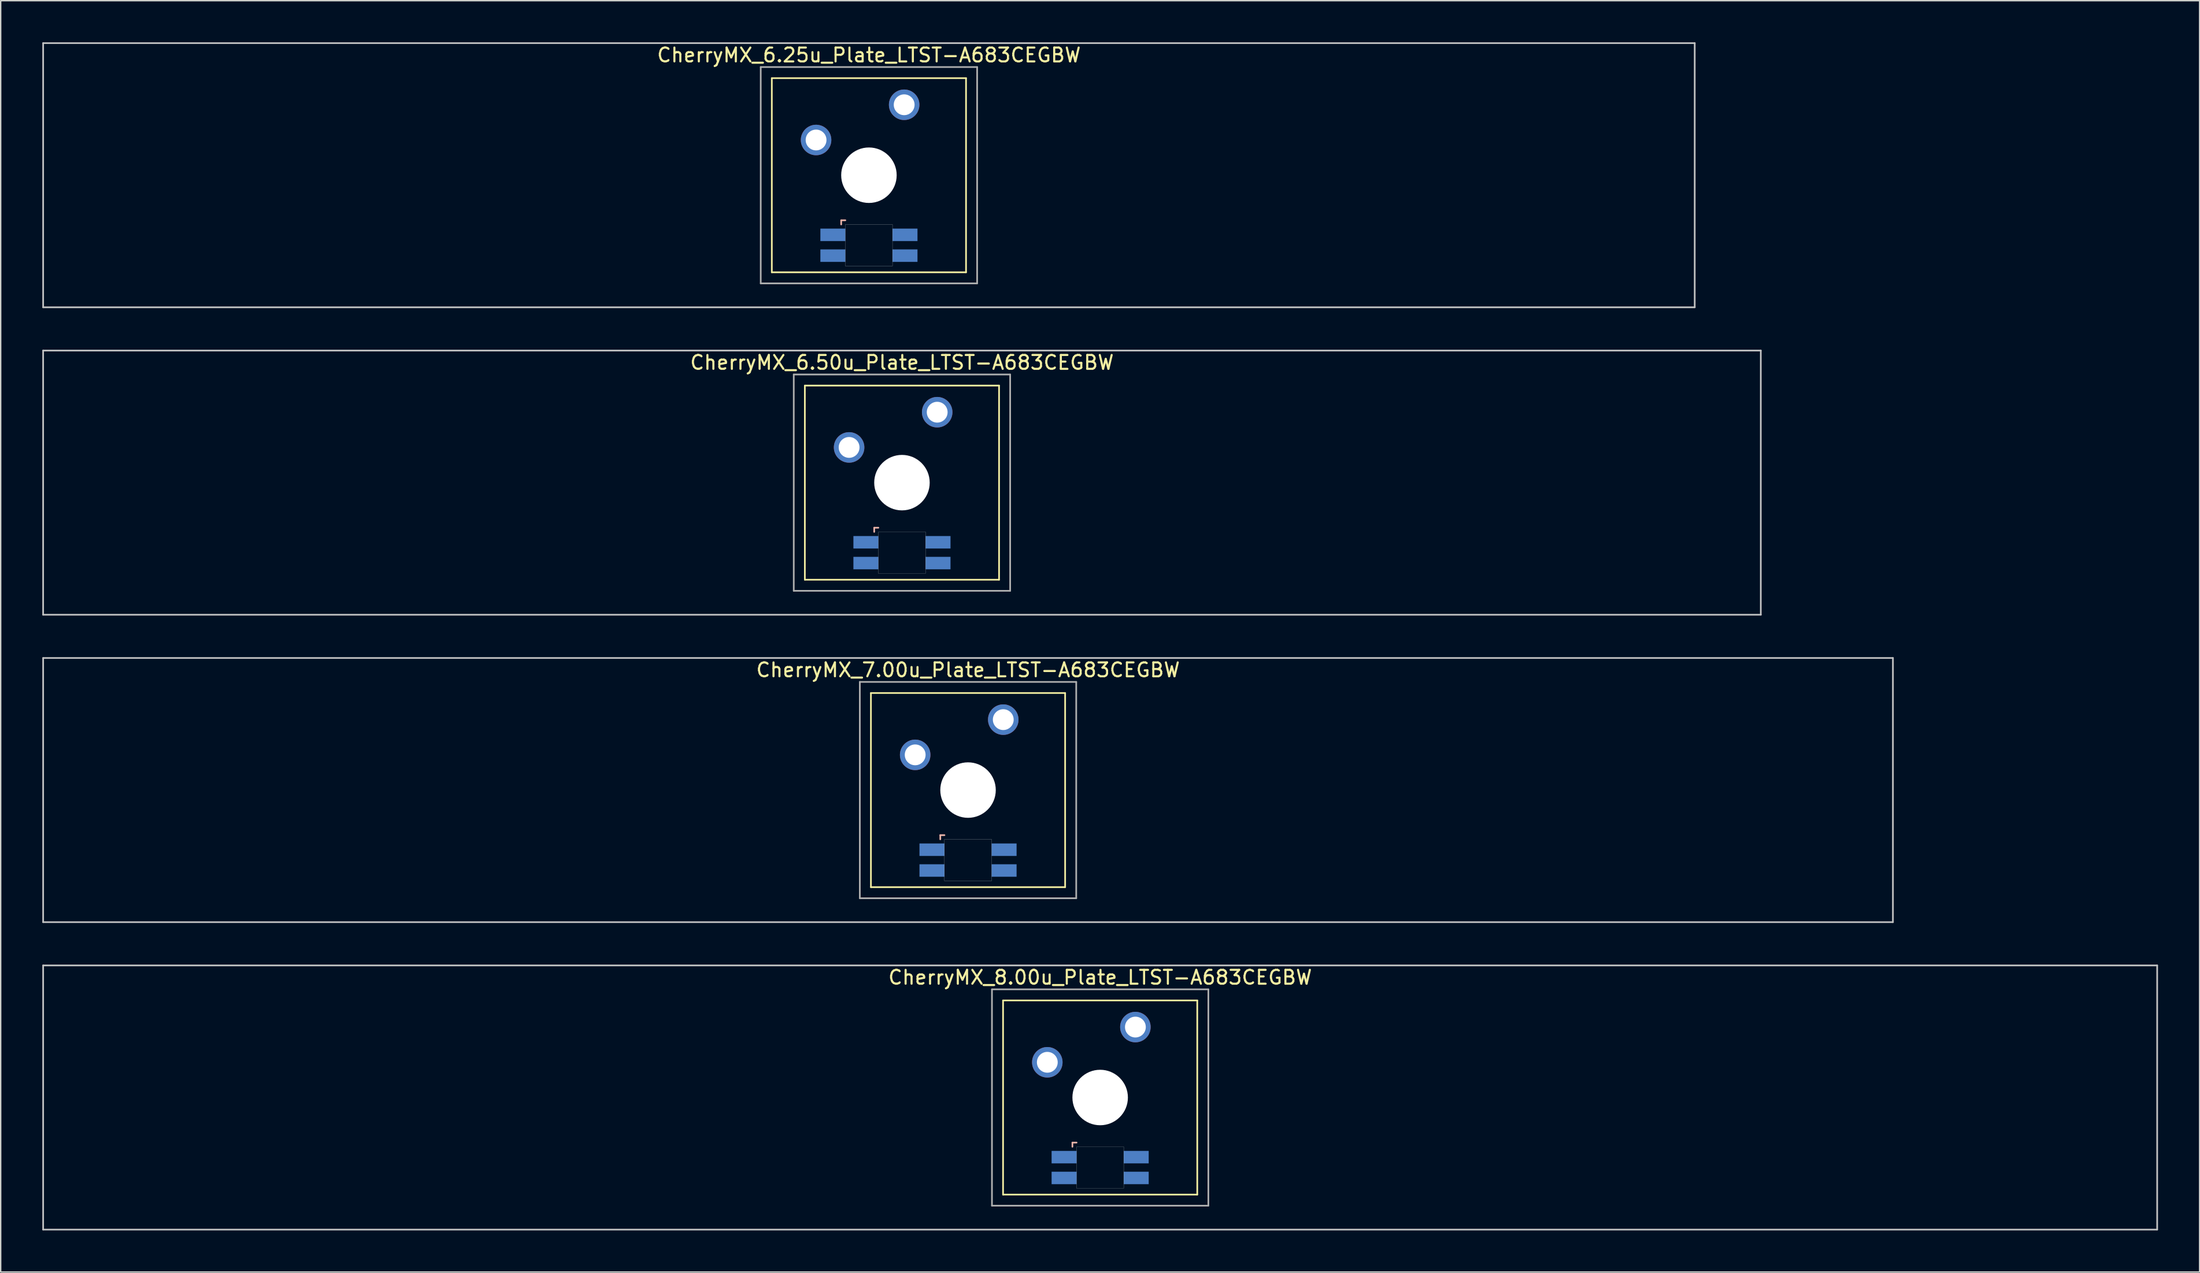
<source format=kicad_pcb>
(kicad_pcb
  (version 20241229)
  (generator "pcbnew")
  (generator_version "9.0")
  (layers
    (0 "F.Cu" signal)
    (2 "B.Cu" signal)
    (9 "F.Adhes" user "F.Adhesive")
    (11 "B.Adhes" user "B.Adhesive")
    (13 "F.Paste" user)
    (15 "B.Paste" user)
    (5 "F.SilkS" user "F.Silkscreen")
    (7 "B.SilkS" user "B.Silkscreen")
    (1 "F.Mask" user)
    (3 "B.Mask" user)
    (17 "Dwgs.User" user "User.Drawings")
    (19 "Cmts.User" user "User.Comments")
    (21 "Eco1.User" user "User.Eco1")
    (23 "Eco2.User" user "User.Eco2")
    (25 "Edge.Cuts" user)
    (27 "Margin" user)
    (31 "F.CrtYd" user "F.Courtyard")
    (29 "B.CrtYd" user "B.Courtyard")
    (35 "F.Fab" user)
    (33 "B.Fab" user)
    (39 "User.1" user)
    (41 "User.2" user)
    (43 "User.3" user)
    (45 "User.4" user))
  (footprint "CherryMX_7.00u_Plate_LTST-A683CEGBW"
    (layer "F.Cu")
    (at 66.735 53.925)
    (property "Reference" "CherryMX_7.00u_Plate_LTST-A683CEGBW" (at 0 -8.662 0) (layer "F.SilkS") (effects (font (size 1 1) (thickness 0.15))))
    (attr through_hole)
    (fp_line (start -7 -7) (end -7 7) (stroke (width 0.12) (type solid)) (layer "F.SilkS"))
    (fp_line (start -7 -7) (end 7 -7) (stroke (width 0.12) (type solid)) (layer "F.SilkS"))
    (fp_line (start 7 -7) (end 7 7) (stroke (width 0.12) (type solid)) (layer "F.SilkS"))
    (fp_line (start 7 7) (end -7 7) (stroke (width 0.12) (type solid)) (layer "F.SilkS"))
    (fp_line (start -2 3.25) (end -2 3.55) (stroke (width 0.12) (type solid)) (layer "B.SilkS"))
    (fp_line (start -1.7 3.25) (end -2 3.25) (stroke (width 0.12) (type solid)) (layer "B.SilkS"))
    (fp_line (start -66.675 -9.525) (end 66.675 -9.525) (stroke (width 0.12) (type solid)) (layer "Dwgs.User"))
    (fp_line (start -66.675 9.525) (end -66.675 -9.525) (stroke (width 0.12) (type solid)) (layer "Dwgs.User"))
    (fp_line (start 66.675 -9.525) (end 66.675 9.525) (stroke (width 0.12) (type solid)) (layer "Dwgs.User"))
    (fp_line (start 66.675 9.525) (end -66.675 9.525) (stroke (width 0.12) (type solid)) (layer "Dwgs.User"))
    (fp_poly (pts (xy 1.7 6.55) (xy -1.7 6.55) (xy -1.7 3.55) (xy 1.7 3.55)) (stroke (width 0.01) (type solid)) (fill no) (layer "Edge.Cuts"))
    (fp_line (start -7.8 -7.8) (end -7.8 7.8) (stroke (width 0.12) (type solid)) (layer "F.Fab"))
    (fp_line (start -7.8 -7.8) (end 7.8 -7.8) (stroke (width 0.12) (type solid)) (layer "F.Fab"))
    (fp_line (start -7.8 7.8) (end 7.8 7.8) (stroke (width 0.12) (type solid)) (layer "F.Fab"))
    (fp_line (start 7.8 -7.8) (end 7.8 7.8) (stroke (width 0.12) (type solid)) (layer "F.Fab"))
    (pad "" np_thru_hole circle (at 0 0) (size 4 4) (drill 4) (layers "*.Cu" "*.Mask"))
    (pad "1" thru_hole circle (at -3.81 -2.54) (size 2.2 2.2) (drill 1.5) (layers "*.Cu" "*.Mask"))
    (pad "2" thru_hole circle (at 2.54 -5.08) (size 2.2 2.2) (drill 1.5) (layers "*.Cu" "*.Mask"))
    (pad "3" smd rect (at -2.6 4.3) (size 1.8 0.9) (layers "B.Cu" "B.Mask" "B.Paste"))
    (pad "4" smd rect (at -2.6 5.8) (size 1.8 0.9) (layers "B.Cu" "B.Mask" "B.Paste"))
    (pad "5" smd rect (at 2.6 4.3) (size 1.8 0.9) (layers "B.Cu" "B.Mask" "B.Paste"))
    (pad "6" smd rect (at 2.6 5.8) (size 1.8 0.9) (layers "B.Cu" "B.Mask" "B.Paste")))
  (footprint "CherryMX_8.00u_Plate_LTST-A683CEGBW"
    (layer "F.Cu")
    (at 76.26 76.095)
    (property "Reference" "CherryMX_8.00u_Plate_LTST-A683CEGBW" (at 0 -8.662 0) (layer "F.SilkS") (effects (font (size 1 1) (thickness 0.15))))
    (attr through_hole)
    (fp_line (start -7 -7) (end -7 7) (stroke (width 0.12) (type solid)) (layer "F.SilkS"))
    (fp_line (start -7 -7) (end 7 -7) (stroke (width 0.12) (type solid)) (layer "F.SilkS"))
    (fp_line (start 7 -7) (end 7 7) (stroke (width 0.12) (type solid)) (layer "F.SilkS"))
    (fp_line (start 7 7) (end -7 7) (stroke (width 0.12) (type solid)) (layer "F.SilkS"))
    (fp_line (start -2 3.25) (end -2 3.55) (stroke (width 0.12) (type solid)) (layer "B.SilkS"))
    (fp_line (start -1.7 3.25) (end -2 3.25) (stroke (width 0.12) (type solid)) (layer "B.SilkS"))
    (fp_line (start -76.2 -9.525) (end 76.2 -9.525) (stroke (width 0.12) (type solid)) (layer "Dwgs.User"))
    (fp_line (start -76.2 9.525) (end -76.2 -9.525) (stroke (width 0.12) (type solid)) (layer "Dwgs.User"))
    (fp_line (start 76.2 -9.525) (end 76.2 9.525) (stroke (width 0.12) (type solid)) (layer "Dwgs.User"))
    (fp_line (start 76.2 9.525) (end -76.2 9.525) (stroke (width 0.12) (type solid)) (layer "Dwgs.User"))
    (fp_poly (pts (xy 1.7 6.55) (xy -1.7 6.55) (xy -1.7 3.55) (xy 1.7 3.55)) (stroke (width 0.01) (type solid)) (fill no) (layer "Edge.Cuts"))
    (fp_line (start -7.8 -7.8) (end -7.8 7.8) (stroke (width 0.12) (type solid)) (layer "F.Fab"))
    (fp_line (start -7.8 -7.8) (end 7.8 -7.8) (stroke (width 0.12) (type solid)) (layer "F.Fab"))
    (fp_line (start -7.8 7.8) (end 7.8 7.8) (stroke (width 0.12) (type solid)) (layer "F.Fab"))
    (fp_line (start 7.8 -7.8) (end 7.8 7.8) (stroke (width 0.12) (type solid)) (layer "F.Fab"))
    (pad "" np_thru_hole circle (at 0 0) (size 4 4) (drill 4) (layers "*.Cu" "*.Mask"))
    (pad "1" thru_hole circle (at -3.81 -2.54) (size 2.2 2.2) (drill 1.5) (layers "*.Cu" "*.Mask"))
    (pad "2" thru_hole circle (at 2.54 -5.08) (size 2.2 2.2) (drill 1.5) (layers "*.Cu" "*.Mask"))
    (pad "3" smd rect (at -2.6 4.3) (size 1.8 0.9) (layers "B.Cu" "B.Mask" "B.Paste"))
    (pad "4" smd rect (at -2.6 5.8) (size 1.8 0.9) (layers "B.Cu" "B.Mask" "B.Paste"))
    (pad "5" smd rect (at 2.6 4.3) (size 1.8 0.9) (layers "B.Cu" "B.Mask" "B.Paste"))
    (pad "6" smd rect (at 2.6 5.8) (size 1.8 0.9) (layers "B.Cu" "B.Mask" "B.Paste")))
  (footprint "CherryMX_6.25u_Plate_LTST-A683CEGBW"
    (layer "F.Cu")
    (at 59.591 9.585)
    (property "Reference" "CherryMX_6.25u_Plate_LTST-A683CEGBW" (at 0 -8.662 0) (layer "F.SilkS") (effects (font (size 1 1) (thickness 0.15))))
    (attr through_hole)
    (fp_line (start -7 -7) (end -7 7) (stroke (width 0.12) (type solid)) (layer "F.SilkS"))
    (fp_line (start -7 -7) (end 7 -7) (stroke (width 0.12) (type solid)) (layer "F.SilkS"))
    (fp_line (start 7 -7) (end 7 7) (stroke (width 0.12) (type solid)) (layer "F.SilkS"))
    (fp_line (start 7 7) (end -7 7) (stroke (width 0.12) (type solid)) (layer "F.SilkS"))
    (fp_line (start -2 3.25) (end -2 3.55) (stroke (width 0.12) (type solid)) (layer "B.SilkS"))
    (fp_line (start -1.7 3.25) (end -2 3.25) (stroke (width 0.12) (type solid)) (layer "B.SilkS"))
    (fp_line (start -59.531 -9.525) (end 59.531 -9.525) (stroke (width 0.12) (type solid)) (layer "Dwgs.User"))
    (fp_line (start -59.531 9.525) (end -59.531 -9.525) (stroke (width 0.12) (type solid)) (layer "Dwgs.User"))
    (fp_line (start 59.531 -9.525) (end 59.531 9.525) (stroke (width 0.12) (type solid)) (layer "Dwgs.User"))
    (fp_line (start 59.531 9.525) (end -59.531 9.525) (stroke (width 0.12) (type solid)) (layer "Dwgs.User"))
    (fp_poly (pts (xy 1.7 6.55) (xy -1.7 6.55) (xy -1.7 3.55) (xy 1.7 3.55)) (stroke (width 0.01) (type solid)) (fill no) (layer "Edge.Cuts"))
    (fp_line (start -7.8 -7.8) (end -7.8 7.8) (stroke (width 0.12) (type solid)) (layer "F.Fab"))
    (fp_line (start -7.8 -7.8) (end 7.8 -7.8) (stroke (width 0.12) (type solid)) (layer "F.Fab"))
    (fp_line (start -7.8 7.8) (end 7.8 7.8) (stroke (width 0.12) (type solid)) (layer "F.Fab"))
    (fp_line (start 7.8 -7.8) (end 7.8 7.8) (stroke (width 0.12) (type solid)) (layer "F.Fab"))
    (pad "" np_thru_hole circle (at 0 0) (size 4 4) (drill 4) (layers "*.Cu" "*.Mask"))
    (pad "1" thru_hole circle (at -3.81 -2.54) (size 2.2 2.2) (drill 1.5) (layers "*.Cu" "*.Mask"))
    (pad "2" thru_hole circle (at 2.54 -5.08) (size 2.2 2.2) (drill 1.5) (layers "*.Cu" "*.Mask"))
    (pad "3" smd rect (at -2.6 4.3) (size 1.8 0.9) (layers "B.Cu" "B.Mask" "B.Paste"))
    (pad "4" smd rect (at -2.6 5.8) (size 1.8 0.9) (layers "B.Cu" "B.Mask" "B.Paste"))
    (pad "5" smd rect (at 2.6 4.3) (size 1.8 0.9) (layers "B.Cu" "B.Mask" "B.Paste"))
    (pad "6" smd rect (at 2.6 5.8) (size 1.8 0.9) (layers "B.Cu" "B.Mask" "B.Paste")))
  (footprint "CherryMX_6.50u_Plate_LTST-A683CEGBW"
    (layer "F.Cu")
    (at 61.972 31.755)
    (property "Reference" "CherryMX_6.50u_Plate_LTST-A683CEGBW" (at 0 -8.662 0) (layer "F.SilkS") (effects (font (size 1 1) (thickness 0.15))))
    (attr through_hole)
    (fp_line (start -7 -7) (end -7 7) (stroke (width 0.12) (type solid)) (layer "F.SilkS"))
    (fp_line (start -7 -7) (end 7 -7) (stroke (width 0.12) (type solid)) (layer "F.SilkS"))
    (fp_line (start 7 -7) (end 7 7) (stroke (width 0.12) (type solid)) (layer "F.SilkS"))
    (fp_line (start 7 7) (end -7 7) (stroke (width 0.12) (type solid)) (layer "F.SilkS"))
    (fp_line (start -2 3.25) (end -2 3.55) (stroke (width 0.12) (type solid)) (layer "B.SilkS"))
    (fp_line (start -1.7 3.25) (end -2 3.25) (stroke (width 0.12) (type solid)) (layer "B.SilkS"))
    (fp_line (start -61.913 -9.525) (end 61.913 -9.525) (stroke (width 0.12) (type solid)) (layer "Dwgs.User"))
    (fp_line (start -61.913 9.525) (end -61.913 -9.525) (stroke (width 0.12) (type solid)) (layer "Dwgs.User"))
    (fp_line (start 61.913 -9.525) (end 61.913 9.525) (stroke (width 0.12) (type solid)) (layer "Dwgs.User"))
    (fp_line (start 61.913 9.525) (end -61.913 9.525) (stroke (width 0.12) (type solid)) (layer "Dwgs.User"))
    (fp_poly (pts (xy 1.7 6.55) (xy -1.7 6.55) (xy -1.7 3.55) (xy 1.7 3.55)) (stroke (width 0.01) (type solid)) (fill no) (layer "Edge.Cuts"))
    (fp_line (start -7.8 -7.8) (end -7.8 7.8) (stroke (width 0.12) (type solid)) (layer "F.Fab"))
    (fp_line (start -7.8 -7.8) (end 7.8 -7.8) (stroke (width 0.12) (type solid)) (layer "F.Fab"))
    (fp_line (start -7.8 7.8) (end 7.8 7.8) (stroke (width 0.12) (type solid)) (layer "F.Fab"))
    (fp_line (start 7.8 -7.8) (end 7.8 7.8) (stroke (width 0.12) (type solid)) (layer "F.Fab"))
    (pad "" np_thru_hole circle (at 0 0) (size 4 4) (drill 4) (layers "*.Cu" "*.Mask"))
    (pad "1" thru_hole circle (at -3.81 -2.54) (size 2.2 2.2) (drill 1.5) (layers "*.Cu" "*.Mask"))
    (pad "2" thru_hole circle (at 2.54 -5.08) (size 2.2 2.2) (drill 1.5) (layers "*.Cu" "*.Mask"))
    (pad "3" smd rect (at -2.6 4.3) (size 1.8 0.9) (layers "B.Cu" "B.Mask" "B.Paste"))
    (pad "4" smd rect (at -2.6 5.8) (size 1.8 0.9) (layers "B.Cu" "B.Mask" "B.Paste"))
    (pad "5" smd rect (at 2.6 4.3) (size 1.8 0.9) (layers "B.Cu" "B.Mask" "B.Paste"))
    (pad "6" smd rect (at 2.6 5.8) (size 1.8 0.9) (layers "B.Cu" "B.Mask" "B.Paste")))
  (gr_rect
    (start -3 -3)
    (end 155.52 88.68)
    (stroke (width 0.1) (type default))
    (fill no)
    (layer "Edge.Cuts")))
</source>
